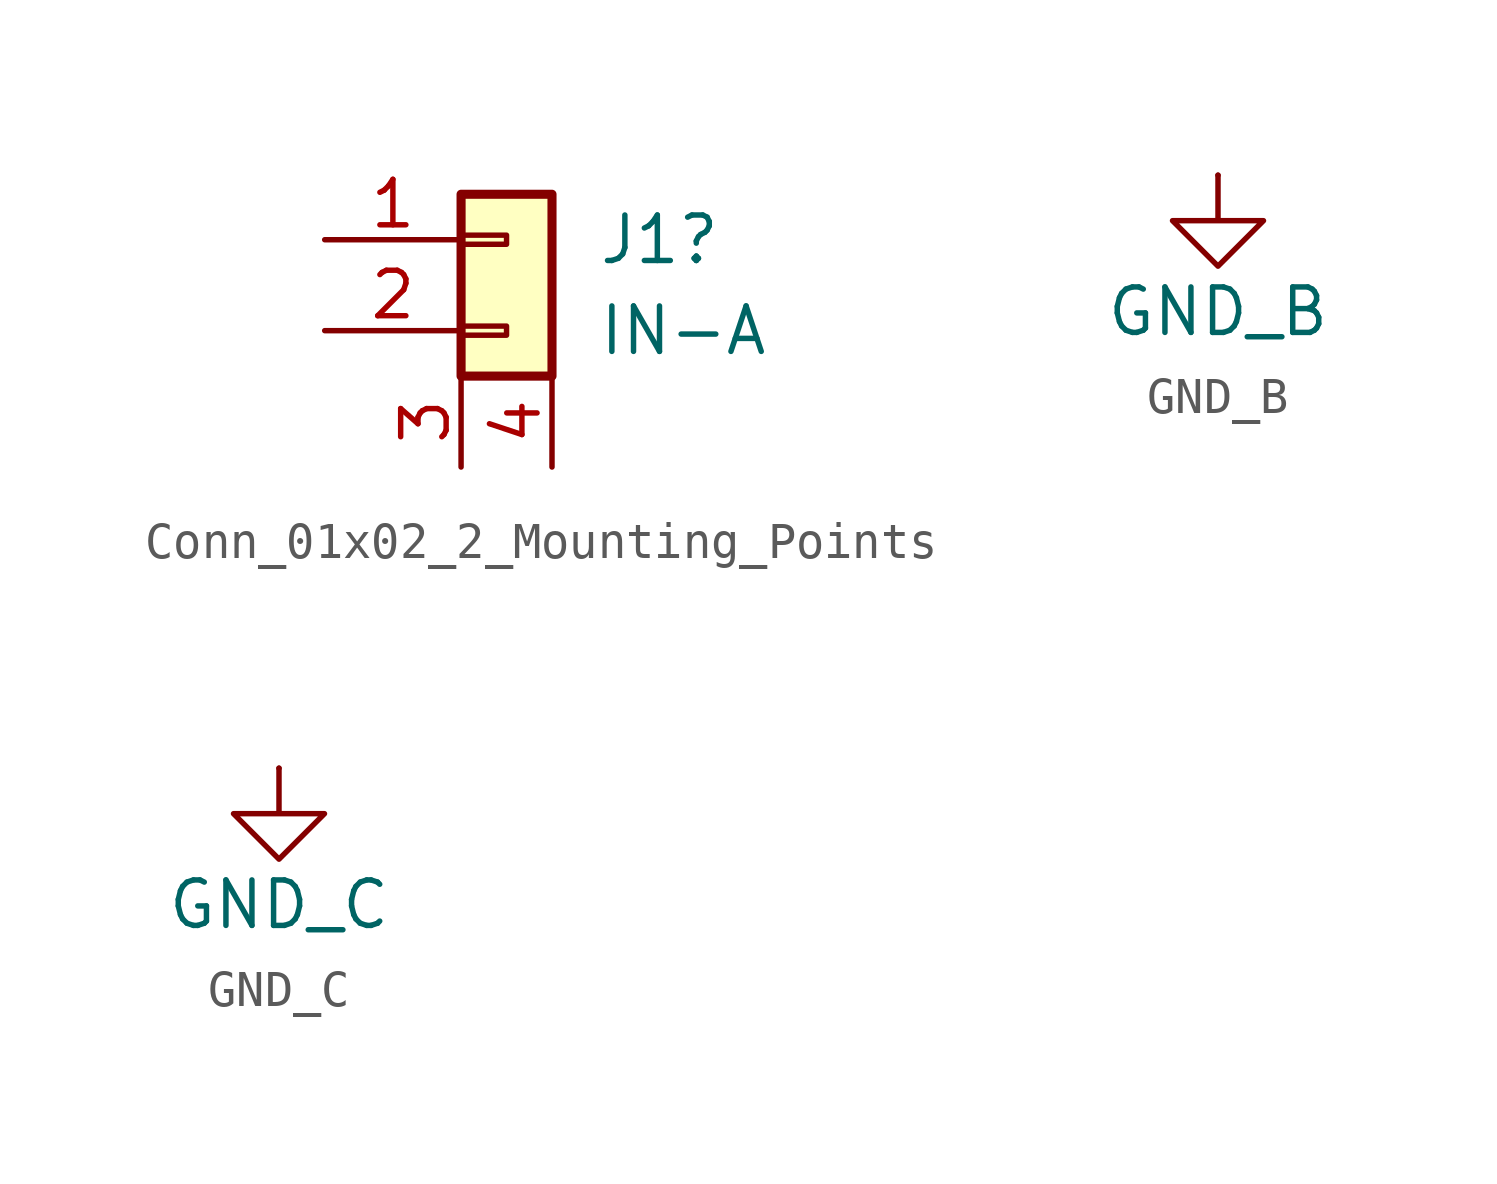
<source format=kicad_sym>
(kicad_symbol_lib
  (version 20241209)
  (generator "kicad_symbol_editor")
  (generator_version "9.0")
  (symbol "Conn_01x02_2_Mounting_Points"
    (pin_names
      (offset 1.016)
      (hide yes))
    (property "Reference" "J1"
      (at 2.54 0.0001 0)
      (effects (font (size 1.27 1.27)) (justify left)))
    (property "Value" "IN-A"
      (at 2.54 -2.54 0)
      (effects (font (size 1.27 1.27)) (justify left)))
    (symbol "Conn_01x02_2_Mounting_Points_1_1"
      (rectangle (start -1.27 1.27) (end 1.27 -3.81) (stroke (width 0.254) (type default)) (fill (type background)))
      (rectangle (start -1.27 0.127) (end 0 -0.127) (stroke (width 0.152) (type default)) (fill (type none)))
      (rectangle (start -1.27 -2.413) (end 0 -2.667) (stroke (width 0.152) (type default)) (fill (type none)))
      (pin passive line (at -5.08 0 0) (length 3.81) (name "Pin_1" (effects (font (size 1.27 1.27)))) (number "1" (effects (font (size 1.27 1.27)))))
      (pin passive line (at -5.08 -2.54 0) (length 3.81) (name "Pin_2" (effects (font (size 1.27 1.27)))) (number "2" (effects (font (size 1.27 1.27)))))
      (pin passive line (at -1.27 -6.35 90) (length 2.54) (name "M1" (effects (font (size 1.27 1.27)))) (number "3" (effects (font (size 1.27 1.27)))))
      (pin passive line (at 1.27 -6.35 90) (length 2.54) (name "M1" (effects (font (size 1.27 1.27)))) (number "4" (effects (font (size 1.27 1.27)))))))
  (symbol "GND_B"
    (power)
    (pin_numbers
      (hide yes))
    (pin_names
      (offset 0)
      (hide yes))
    (property "Reference" "#PWR"
      (at 0 -6.35 0)
      (effects (font (size 1.27 1.27)) (hide yes)))
    (property "Value" "GND_B"
      (at 0 -3.81 0)
      (effects (font (size 1.27 1.27))))
    (symbol "GND_B_0_1"
      (polyline (pts (xy 0 0) (xy 0 -1.27) (xy 1.27 -1.27) (xy 0 -2.54) (xy -1.27 -1.27) (xy 0 -1.27)) (stroke (width 0) (type default)) (fill (type none))))
    (symbol "GND_B_1_1"
      (pin power_in line (at 0 0 270) (length 0) (name "~" (effects (font (size 1.27 1.27)))) (number "1" (effects (font (size 1.27 1.27)))))))
  (symbol "GND_C"
    (power)
    (pin_numbers
      (hide yes))
    (pin_names
      (offset 0)
      (hide yes))
    (property "Reference" "#PWR"
      (at 0 -6.35 0)
      (effects (font (size 1.27 1.27)) (hide yes)))
    (property "Value" "GND_C"
      (at 0 -3.81 0)
      (effects (font (size 1.27 1.27))))
    (symbol "GND_C_0_1"
      (polyline (pts (xy 0 0) (xy 0 -1.27) (xy 1.27 -1.27) (xy 0 -2.54) (xy -1.27 -1.27) (xy 0 -1.27)) (stroke (width 0) (type default)) (fill (type none))))
    (symbol "GND_C_1_1"
      (pin power_in line (at 0 0 270) (length 0) (name "~" (effects (font (size 1.27 1.27)))) (number "1" (effects (font (size 1.27 1.27))))))))
</source>
